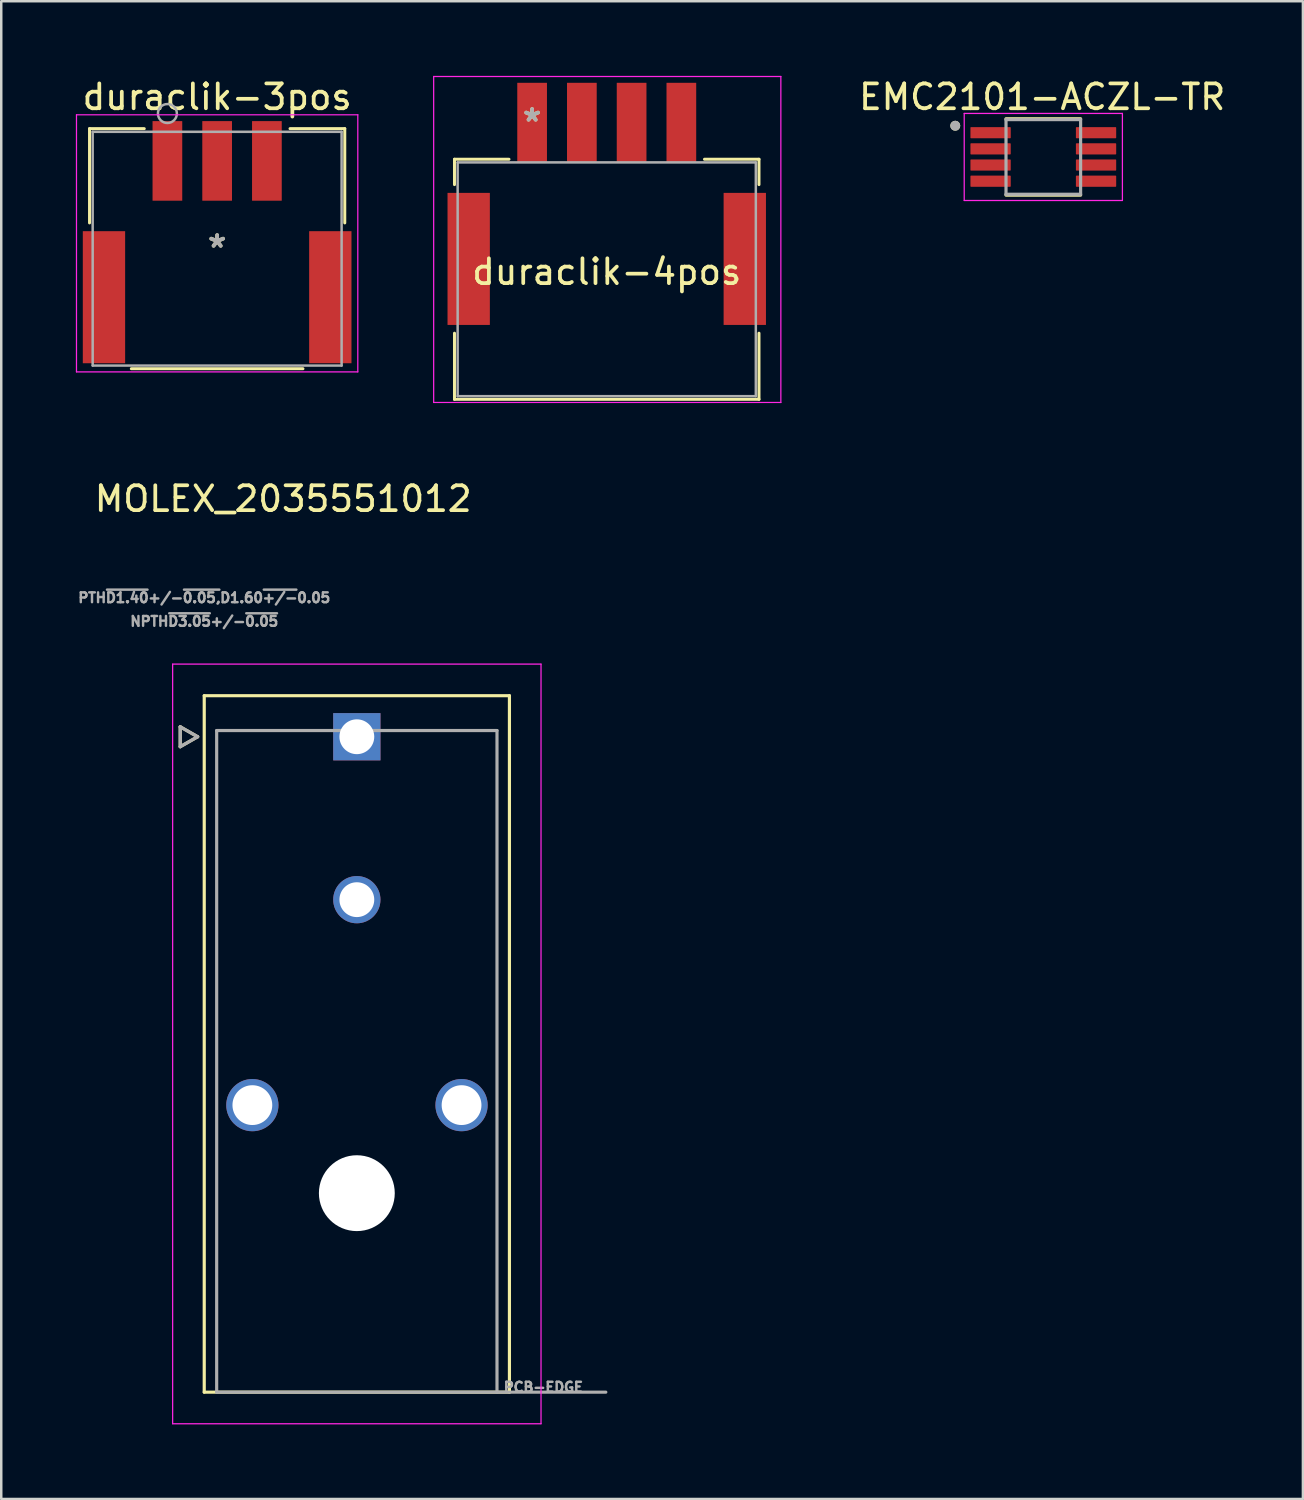
<source format=kicad_pcb>
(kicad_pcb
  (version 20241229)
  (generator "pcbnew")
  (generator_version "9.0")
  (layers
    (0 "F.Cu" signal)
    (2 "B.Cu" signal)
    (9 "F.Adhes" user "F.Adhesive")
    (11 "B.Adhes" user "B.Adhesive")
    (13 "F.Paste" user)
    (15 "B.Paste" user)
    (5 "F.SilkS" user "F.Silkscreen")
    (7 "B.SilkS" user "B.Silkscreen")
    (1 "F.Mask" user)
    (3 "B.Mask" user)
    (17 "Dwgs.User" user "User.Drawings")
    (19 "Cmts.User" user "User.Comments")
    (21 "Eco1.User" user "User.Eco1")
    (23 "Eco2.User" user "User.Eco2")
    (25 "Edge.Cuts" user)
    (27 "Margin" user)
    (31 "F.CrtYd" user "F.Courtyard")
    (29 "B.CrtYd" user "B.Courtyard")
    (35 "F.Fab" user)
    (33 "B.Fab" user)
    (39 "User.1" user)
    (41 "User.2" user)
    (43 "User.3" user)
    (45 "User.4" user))
  (footprint "EMC2101-ACZL-TR"
    (layer "F.Cu")
    (at 38.895 3.26)
    (property "Reference" "EMC2101-ACZL-TR" (at -0.045 -2.412 0) (layer "F.SilkS") (effects (font (size 1 1) (thickness 0.15))))
    (attr through_hole)
    (fp_line (start -1.5 -1.535) (end 1.5 -1.535) (stroke (width 0.127) (type solid)) (layer "F.SilkS"))
    (fp_line (start -1.5 1.535) (end 1.5 1.535) (stroke (width 0.127) (type solid)) (layer "F.SilkS"))
    (fp_circle (center -3.54 -1.255) (end -3.44 -1.255) (stroke (width 0.2) (type solid)) (fill no) (layer "F.SilkS"))
    (fp_line (start -3.18 -1.75) (end -3.18 1.75) (stroke (width 0.05) (type solid)) (layer "F.CrtYd"))
    (fp_line (start -3.18 -1.75) (end 3.18 -1.75) (stroke (width 0.05) (type solid)) (layer "F.CrtYd"))
    (fp_line (start -3.18 1.75) (end 3.18 1.75) (stroke (width 0.05) (type solid)) (layer "F.CrtYd"))
    (fp_line (start 3.18 -1.75) (end 3.18 1.75) (stroke (width 0.05) (type solid)) (layer "F.CrtYd"))
    (fp_line (start -1.5 -1.5) (end -1.5 1.5) (stroke (width 0.127) (type solid)) (layer "F.Fab"))
    (fp_line (start -1.5 -1.5) (end 1.5 -1.5) (stroke (width 0.127) (type solid)) (layer "F.Fab"))
    (fp_line (start -1.5 1.5) (end 1.5 1.5) (stroke (width 0.127) (type solid)) (layer "F.Fab"))
    (fp_line (start 1.5 -1.5) (end 1.5 1.5) (stroke (width 0.127) (type solid)) (layer "F.Fab"))
    (fp_circle (center -3.54 -1.255) (end -3.44 -1.255) (stroke (width 0.2) (type solid)) (fill no) (layer "F.Fab"))
    (pad "1" smd roundrect (at -2.12 -0.975) (size 1.62 0.45) (layers "F.Cu" "F.Mask" "F.Paste") (roundrect_rratio 0.06))
    (pad "2" smd roundrect (at -2.12 -0.325) (size 1.62 0.45) (layers "F.Cu" "F.Mask" "F.Paste") (roundrect_rratio 0.06))
    (pad "3" smd roundrect (at -2.12 0.325) (size 1.62 0.45) (layers "F.Cu" "F.Mask" "F.Paste") (roundrect_rratio 0.06))
    (pad "4" smd roundrect (at -2.12 0.975) (size 1.62 0.45) (layers "F.Cu" "F.Mask" "F.Paste") (roundrect_rratio 0.06))
    (pad "5" smd roundrect (at 2.12 0.975) (size 1.62 0.45) (layers "F.Cu" "F.Mask" "F.Paste") (roundrect_rratio 0.06))
    (pad "6" smd roundrect (at 2.12 0.325) (size 1.62 0.45) (layers "F.Cu" "F.Mask" "F.Paste") (roundrect_rratio 0.06))
    (pad "7" smd roundrect (at 2.12 -0.325) (size 1.62 0.45) (layers "F.Cu" "F.Mask" "F.Paste") (roundrect_rratio 0.06))
    (pad "8" smd roundrect (at 2.12 -0.975) (size 1.62 0.45) (layers "F.Cu" "F.Mask" "F.Paste") (roundrect_rratio 0.06)))
  (footprint "duraclik-4pos"
    (layer "F.Cu")
    (at 21.343 5.879)
    (property "Reference" "duraclik-4pos" (at -0.000001 2 0) (layer "F.SilkS") (effects (font (size 1 1) (thickness 0.15))))
    (attr through_hole)
    (fp_line (start -6.121 -2.527) (end -6.121 -1.507) (stroke (width 0.12) (type solid)) (layer "F.SilkS"))
    (fp_line (start -6.121 4.467) (end -6.121 7.125) (stroke (width 0.12) (type solid)) (layer "F.SilkS"))
    (fp_line (start -6.121 7.125) (end 6.121 7.125) (stroke (width 0.12) (type solid)) (layer "F.SilkS"))
    (fp_line (start -3.93 -2.527) (end -6.121 -2.527) (stroke (width 0.12) (type solid)) (layer "F.SilkS"))
    (fp_line (start 6.121 -2.527) (end 3.93 -2.527) (stroke (width 0.12) (type solid)) (layer "F.SilkS"))
    (fp_line (start 6.121 -1.507) (end 6.121 -2.527) (stroke (width 0.12) (type solid)) (layer "F.SilkS"))
    (fp_line (start 6.121 7.125) (end 6.121 4.467) (stroke (width 0.12) (type solid)) (layer "F.SilkS"))
    (fp_line (start -6.958 -5.854) (end -6.958 7.252) (stroke (width 0.05) (type solid)) (layer "F.CrtYd"))
    (fp_line (start -6.958 7.252) (end 7 7.252) (stroke (width 0.05) (type solid)) (layer "F.CrtYd"))
    (fp_line (start 7 -5.854) (end -6.958 -5.854) (stroke (width 0.05) (type solid)) (layer "F.CrtYd"))
    (fp_line (start 7 7.252) (end 7 -5.854) (stroke (width 0.05) (type solid)) (layer "F.CrtYd"))
    (fp_line (start -5.994 -2.4) (end -5.994 6.998) (stroke (width 0.1) (type solid)) (layer "F.Fab"))
    (fp_line (start -5.994 6.998) (end 5.994 6.998) (stroke (width 0.1) (type solid)) (layer "F.Fab"))
    (fp_line (start 5.994 -2.4) (end -5.994 -2.4) (stroke (width 0.1) (type solid)) (layer "F.Fab"))
    (fp_line (start 5.994 6.998) (end 5.994 -2.4) (stroke (width 0.1) (type solid)) (layer "F.Fab"))
    (fp_text user "*" (at -3 -4 0) (layer "F.SilkS") (effects (font (size 1 1) (thickness 0.15))))
    (fp_text user "Copyright 2021 Accelerated Designs. All rights reserved." (at -3 -4 0) (layer "Cmts.User") (effects (font (size 0.127 0.127) (thickness 0.002))))
    (fp_text user "*" (at -3 -4 0) (layer "F.Fab") (effects (font (size 1 1) (thickness 0.15))))
    (pad "1" smd rect (at -3 -4) (size 1.194 3.2) (layers "F.Cu" "F.Mask" "F.Paste"))
    (pad "2" smd rect (at -1 -4) (size 1.194 3.2) (layers "F.Cu" "F.Mask" "F.Paste"))
    (pad "3" smd rect (at 1 -4) (size 1.194 3.2) (layers "F.Cu" "F.Mask" "F.Paste"))
    (pad "4" smd rect (at 3 -4) (size 1.194 3.2) (layers "F.Cu" "F.Mask" "F.Paste"))
    (pad "5" smd rect (at -5.55 1.48 90) (size 5.309 1.702) (layers "F.Cu" "F.Mask" "F.Paste"))
    (pad "6" smd rect (at 5.55 1.48 90) (size 5.309 1.702) (layers "F.Cu" "F.Mask" "F.Paste")))
  (footprint "duraclik-3pos"
    (layer "F.Cu")
    (at 5.68 6.948)
    (property "Reference" "duraclik-3pos" (at 0 -6.1 0) (layer "F.SilkS") (effects (font (size 1 1) (thickness 0.15))))
    (attr through_hole)
    (fp_line (start -5.131 -4.826) (end -5.131 -1.036) (stroke (width 0.12) (type solid)) (layer "F.SilkS"))
    (fp_line (start -3.45 4.826) (end 3.45 4.826) (stroke (width 0.12) (type solid)) (layer "F.SilkS"))
    (fp_line (start -2.93 -4.826) (end -5.131 -4.826) (stroke (width 0.12) (type solid)) (layer "F.SilkS"))
    (fp_line (start 5.131 -4.826) (end 2.93 -4.826) (stroke (width 0.12) (type solid)) (layer "F.SilkS"))
    (fp_line (start 5.131 -1.036) (end 5.131 -4.826) (stroke (width 0.12) (type solid)) (layer "F.SilkS"))
    (fp_line (start -5.655 -5.383) (end -5.655 4.953) (stroke (width 0.05) (type solid)) (layer "F.CrtYd"))
    (fp_line (start -5.655 4.953) (end 5.655 4.953) (stroke (width 0.05) (type solid)) (layer "F.CrtYd"))
    (fp_line (start 5.655 -5.383) (end -5.655 -5.383) (stroke (width 0.05) (type solid)) (layer "F.CrtYd"))
    (fp_line (start 5.655 4.953) (end 5.655 -5.383) (stroke (width 0.05) (type solid)) (layer "F.CrtYd"))
    (fp_line (start -5.004 -4.699) (end -5.004 4.699) (stroke (width 0.1) (type solid)) (layer "F.Fab"))
    (fp_line (start -5.004 4.699) (end 5.004 4.699) (stroke (width 0.1) (type solid)) (layer "F.Fab"))
    (fp_line (start 5.004 -4.699) (end -5.004 -4.699) (stroke (width 0.1) (type solid)) (layer "F.Fab"))
    (fp_line (start 5.004 4.699) (end 5.004 -4.699) (stroke (width 0.1) (type solid)) (layer "F.Fab"))
    (fp_circle (center -2 -5.434) (end -1.619 -5.434) (stroke (width 0.1) (type solid)) (fill no) (layer "F.Fab"))
    (fp_text user "*" (at 0 0 0) (layer "F.SilkS") (effects (font (size 1 1) (thickness 0.15))))
    (fp_text user "Copyright 2021 Accelerated Designs. All rights reserved." (at 0 0 0) (layer "Cmts.User") (effects (font (size 0.127 0.127) (thickness 0.002))))
    (fp_text user "*" (at 0 0 0) (layer "F.Fab") (effects (font (size 1 1) (thickness 0.15))))
    (pad "1" smd rect (at -2 -3.529) (size 1.194 3.2) (layers "F.Cu" "F.Mask" "F.Paste"))
    (pad "2" smd rect (at 0 -3.529) (size 1.194 3.2) (layers "F.Cu" "F.Mask" "F.Paste"))
    (pad "3" smd rect (at 2 -3.529) (size 1.194 3.2) (layers "F.Cu" "F.Mask" "F.Paste"))
    (pad "4" smd rect (at -4.55 1.951) (size 1.702 5.309) (layers "F.Cu" "F.Mask" "F.Paste"))
    (pad "5" smd rect (at 4.55 1.951) (size 1.702 5.309) (layers "F.Cu" "F.Mask" "F.Paste")))
  (footprint "MOLEX_2035551012"
    (layer "F.Cu")
    (at 11.296 26.57)
    (property "Reference" "MOLEX_2035551012" (at -2.96 -9.565 0) (layer "F.SilkS") (effects (font (size 1 1) (thickness 0.15))))
    (attr through_hole)
    (fp_circle (center -4.2 14.81) (end -3.637 14.81) (stroke (width 1.126) (type solid)) (fill no) (layer "F.Mask"))
    (fp_circle (center 0 6.55) (end 0.513 6.55) (stroke (width 1.026) (type solid)) (fill no) (layer "F.Mask"))
    (fp_circle (center 0 18.35) (end 0.801 18.35) (stroke (width 1.601) (type solid)) (fill no) (layer "F.Mask"))
    (fp_circle (center 4.21 14.81) (end 4.773 14.81) (stroke (width 1.126) (type solid)) (fill no) (layer "F.Mask"))
    (fp_poly (pts (xy -1.026 -1.026) (xy 1.026 -1.026) (xy 1.026 1.026) (xy -1.026 1.026)) (stroke (width 0.01) (type solid)) (fill yes) (layer "F.Mask"))
    (fp_circle (center -4.2 14.81) (end -3.637 14.81) (stroke (width 1.126) (type solid)) (fill no) (layer "B.Mask"))
    (fp_circle (center 0 6.55) (end 0.513 6.55) (stroke (width 1.026) (type solid)) (fill no) (layer "B.Mask"))
    (fp_circle (center 0 18.35) (end 0.801 18.35) (stroke (width 1.601) (type solid)) (fill no) (layer "B.Mask"))
    (fp_circle (center 4.21 14.81) (end 4.773 14.81) (stroke (width 1.126) (type solid)) (fill no) (layer "B.Mask"))
    (fp_poly (pts (xy -1.026 -1.026) (xy 1.026 -1.026) (xy 1.026 1.026) (xy -1.026 1.026)) (stroke (width 0.01) (type solid)) (fill yes) (layer "B.Mask"))
    (fp_line (start -7.1 -0.4) (end -7.1 0.4) (stroke (width 0.127) (type solid)) (layer "F.SilkS"))
    (fp_line (start -7.1 0.4) (end -6.4 0) (stroke (width 0.127) (type solid)) (layer "F.SilkS"))
    (fp_line (start -6.4 0) (end -7.1 -0.4) (stroke (width 0.127) (type solid)) (layer "F.SilkS"))
    (fp_line (start -6.135 -1.65) (end 6.135 -1.65) (stroke (width 0.127) (type solid)) (layer "F.SilkS"))
    (fp_line (start -6.135 26.35) (end -6.135 -1.65) (stroke (width 0.127) (type solid)) (layer "F.SilkS"))
    (fp_line (start 6.135 -1.65) (end 6.135 26.35) (stroke (width 0.127) (type solid)) (layer "F.SilkS"))
    (fp_line (start 6.135 26.35) (end -6.135 26.35) (stroke (width 0.127) (type solid)) (layer "F.SilkS"))
    (fp_line (start -7.405 -2.92) (end -7.405 27.62) (stroke (width 0.05) (type solid)) (layer "F.CrtYd"))
    (fp_line (start -7.405 27.62) (end 7.405 27.62) (stroke (width 0.05) (type solid)) (layer "F.CrtYd"))
    (fp_line (start 7.405 -2.92) (end -7.405 -2.92) (stroke (width 0.05) (type solid)) (layer "F.CrtYd"))
    (fp_line (start 7.405 27.62) (end 7.405 -2.92) (stroke (width 0.05) (type solid)) (layer "F.CrtYd"))
    (fp_line (start -7.1 -0.4) (end -7.1 0.4) (stroke (width 0.127) (type solid)) (layer "F.Fab"))
    (fp_line (start -7.1 0.4) (end -6.4 0) (stroke (width 0.127) (type solid)) (layer "F.Fab"))
    (fp_line (start -6.4 0) (end -7.1 -0.4) (stroke (width 0.127) (type solid)) (layer "F.Fab"))
    (fp_line (start -5.635 -0.25) (end 5.635 -0.25) (stroke (width 0.127) (type solid)) (layer "F.Fab"))
    (fp_line (start -5.635 26.35) (end -5.635 -0.25) (stroke (width 0.127) (type solid)) (layer "F.Fab"))
    (fp_line (start 5.635 -0.25) (end 5.635 26.35) (stroke (width 0.127) (type solid)) (layer "F.Fab"))
    (fp_line (start 5.635 26.35) (end -5.635 26.35) (stroke (width 0.127) (type solid)) (layer "F.Fab"))
    (fp_line (start 5.635 26.35) (end 10.01 26.35) (stroke (width 0.127) (type solid)) (layer "F.Fab"))
    (fp_text user "PCB-EDGE" (at 7.5 26.15 0) (layer "F.Fab") (effects (font (size 0.394 0.394) (thickness 0.15))))
    (fp_text user "PTH~{D1.40}+/-~{0.05,}D1.60~{+/-}0.05" (at -6.135 -5.588 0) (layer "F.Fab") (effects (font (size 0.394 0.394) (thickness 0.15))))
    (fp_text user "NPTH~{D3.05}+/-~{0.05}" (at -6.135 -4.638 0) (layer "F.Fab") (effects (font (size 0.394 0.394) (thickness 0.15))))
    (pad "" np_thru_hole circle (at 0 18.35) (size 3.05 3.05) (drill 3.05) (layers "*.Cu" "*.Mask"))
    (pad "1" thru_hole rect (at 0 0) (size 1.9 1.9) (drill 1.4) (layers "*.Cu"))
    (pad "2" thru_hole circle (at 0 6.55) (size 1.9 1.9) (drill 1.4) (layers "*.Cu"))
    (pad "S1" thru_hole circle (at -4.2 14.81) (size 2.1 2.1) (drill 1.6) (layers "*.Cu"))
    (pad "S2" thru_hole circle (at 4.21 14.81) (size 2.1 2.1) (drill 1.6) (layers "*.Cu")))
  (gr_rect
    (start -3 -3)
    (end 49.332 57.215)
    (stroke (width 0.1) (type default))
    (fill no)
    (layer "Edge.Cuts")))
</source>
